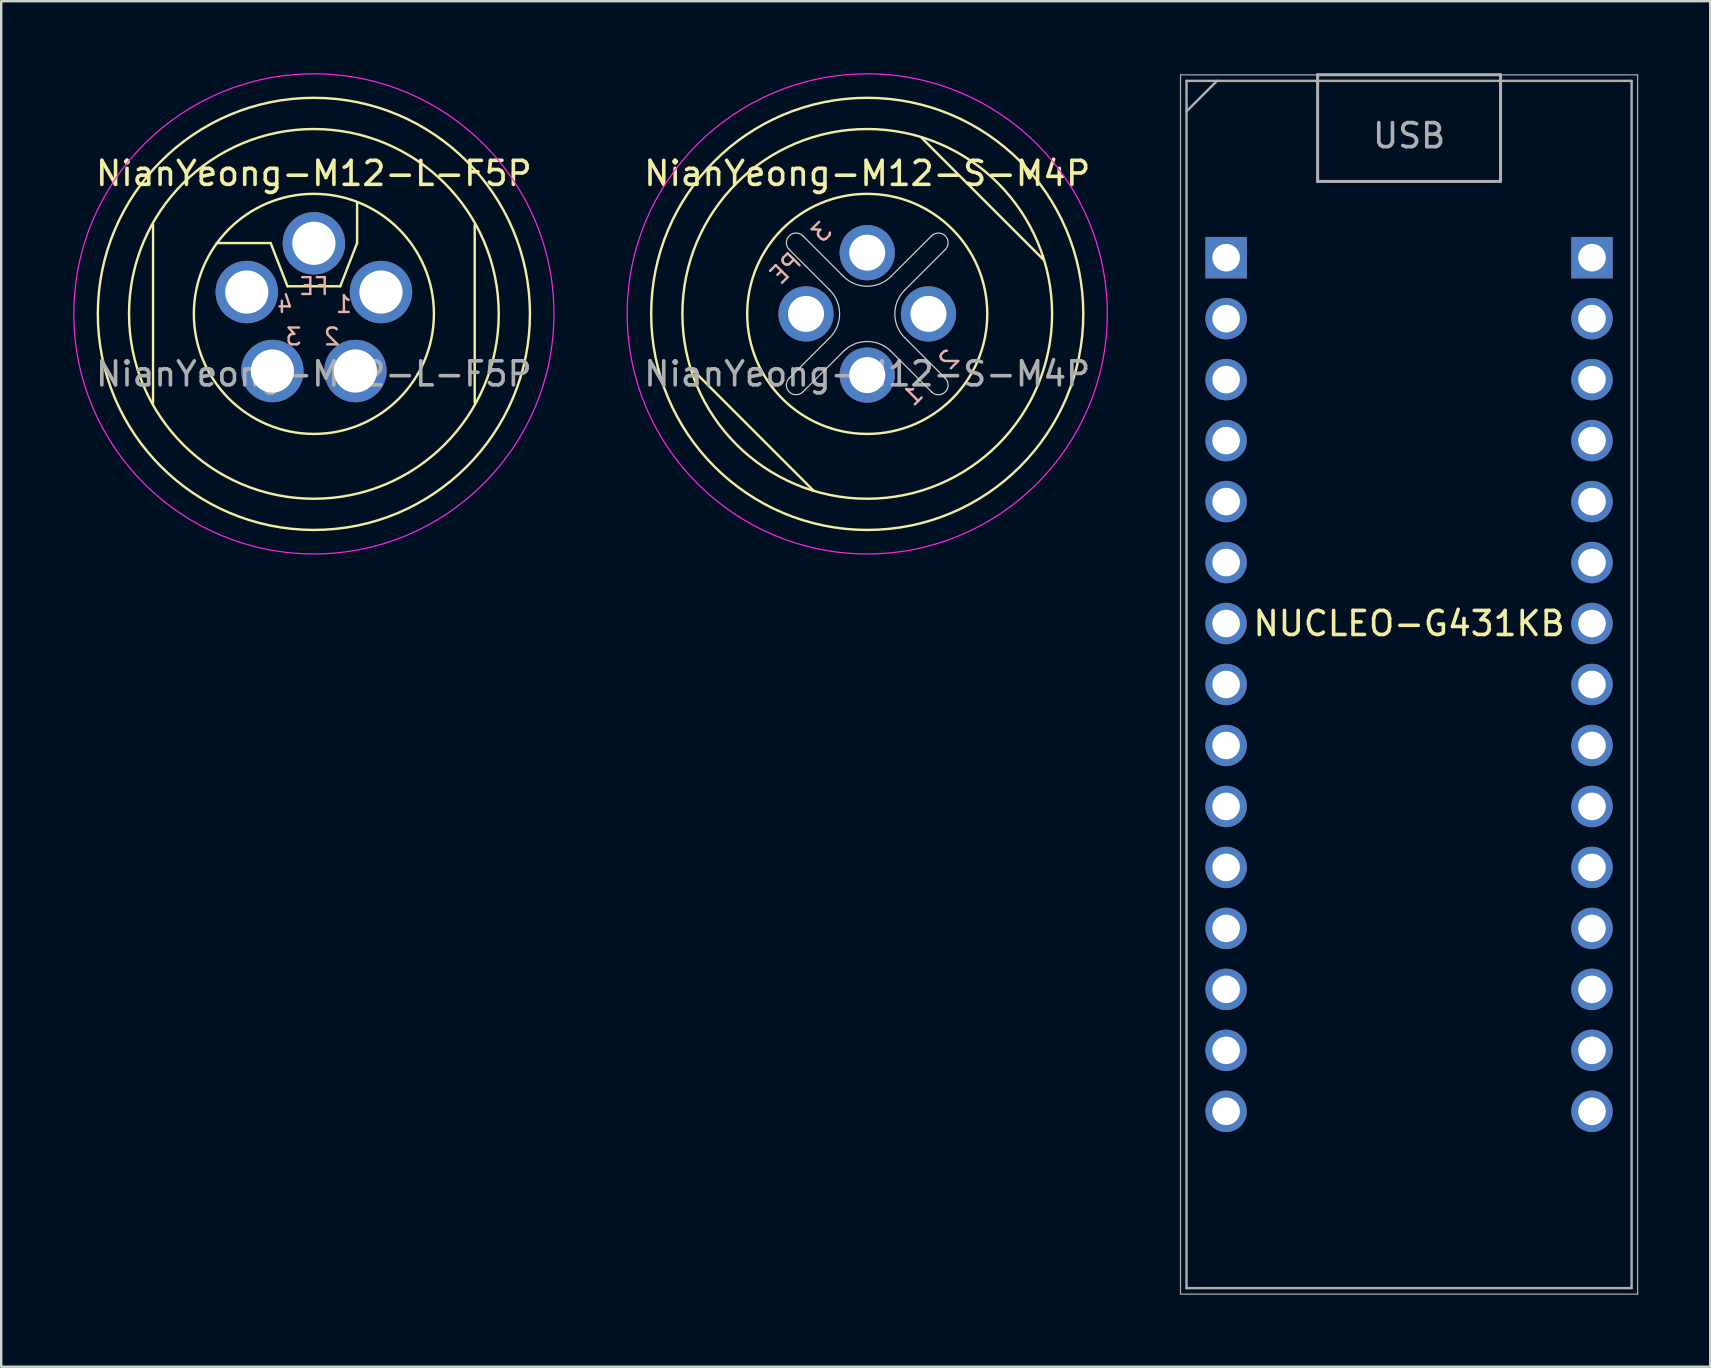
<source format=kicad_pcb>
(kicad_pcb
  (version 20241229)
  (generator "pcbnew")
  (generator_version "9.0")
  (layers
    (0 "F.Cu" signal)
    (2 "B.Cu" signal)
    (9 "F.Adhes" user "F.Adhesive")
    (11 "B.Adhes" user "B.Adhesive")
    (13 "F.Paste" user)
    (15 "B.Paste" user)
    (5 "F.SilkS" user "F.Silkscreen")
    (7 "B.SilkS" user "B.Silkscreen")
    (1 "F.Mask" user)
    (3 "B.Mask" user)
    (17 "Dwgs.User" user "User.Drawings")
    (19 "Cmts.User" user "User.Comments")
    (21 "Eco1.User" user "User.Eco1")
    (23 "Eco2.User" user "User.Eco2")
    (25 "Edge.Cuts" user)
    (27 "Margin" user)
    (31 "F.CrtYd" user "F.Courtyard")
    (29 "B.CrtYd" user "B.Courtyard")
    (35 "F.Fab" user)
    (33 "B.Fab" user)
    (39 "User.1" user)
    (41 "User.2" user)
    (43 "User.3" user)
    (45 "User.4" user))
  (footprint "NianYeong-M12-L-F5P"
    (layer "F.Cu")
    (at 10.025 10.025)
    (property "Reference" "NianYeong-M12-L-F5P" (at 0 -5.85 0) (unlocked yes) (layer "F.SilkS") (effects (font (size 1 1) (thickness 0.15))))
    (attr through_hole)
    (fp_line (start -6.7 -3.7) (end -6.7 3.7) (stroke (width 0.1) (type default)) (layer "F.SilkS"))
    (fp_line (start -4.05 -2.95) (end -1.8 -2.95) (stroke (width 0.1) (type default)) (layer "F.SilkS"))
    (fp_line (start -1.8 -2.95) (end -1.1 -1.15) (stroke (width 0.1) (type default)) (layer "F.SilkS"))
    (fp_line (start -1.1 -1.15) (end 1.1 -1.15) (stroke (width 0.1) (type default)) (layer "F.SilkS"))
    (fp_line (start 1.8 -2.95) (end 1.1 -1.15) (stroke (width 0.1) (type default)) (layer "F.SilkS"))
    (fp_line (start 1.8 -2.95) (end 1.8 -4.65) (stroke (width 0.1) (type default)) (layer "F.SilkS"))
    (fp_line (start 6.7 -3.7) (end 6.7 3.7) (stroke (width 0.1) (type default)) (layer "F.SilkS"))
    (fp_circle (center 0 0) (end 0 -7.7) (stroke (width 0.1) (type default)) (fill no) (layer "F.SilkS"))
    (fp_circle (center 0 0) (end 5 0) (stroke (width 0.1) (type default)) (fill no) (layer "F.SilkS"))
    (fp_circle (center 0 0) (end 9 0) (stroke (width 0.1) (type default)) (fill no) (layer "F.SilkS"))
    (fp_circle (center 0 0) (end 10 0) (stroke (width 0.05) (type default)) (fill no) (layer "F.CrtYd"))
    (fp_text user "4" (at -1.2 -0.4 0) (unlocked yes) (layer "B.SilkS") (effects (font (size 0.7 0.7) (thickness 0.1) (bold yes)) (justify mirror)))
    (fp_text user "3" (at -0.85 0.95 0) (unlocked yes) (layer "B.SilkS") (effects (font (size 0.7 0.7) (thickness 0.1) (bold yes)) (justify mirror)))
    (fp_text user "FE" (at 0 -1.15 0) (unlocked yes) (layer "B.SilkS") (effects (font (size 0.7 0.7) (thickness 0.1) (bold yes)) (justify mirror)))
    (fp_text user "1" (at 1.25 -0.4 0) (unlocked yes) (layer "B.SilkS") (effects (font (size 0.7 0.7) (thickness 0.1) (bold yes)) (justify mirror)))
    (fp_text user "2" (at 0.75 0.95 0) (unlocked yes) (layer "B.SilkS") (effects (font (size 0.7 0.7) (thickness 0.1) (bold yes)) (justify mirror)))
    (fp_text user "${REFERENCE}" (at 0 2.5 0) (unlocked yes) (layer "F.Fab") (effects (font (size 1 1) (thickness 0.15))))
    (pad "1" thru_hole circle (at 2.795 -0.91) (size 2.6 2.6) (drill 1.8) (layers "*.Cu" "*.Mask"))
    (pad "2" thru_hole circle (at 1.73 2.38) (size 2.6 2.6) (drill 1.8) (layers "*.Cu" "*.Mask"))
    (pad "3" thru_hole circle (at -1.73 2.38) (size 2.6 2.6) (drill 1.8) (layers "*.Cu" "*.Mask"))
    (pad "4" thru_hole circle (at -2.795 -0.91) (size 2.6 2.6) (drill 1.8) (layers "*.Cu" "*.Mask"))
    (pad "5" thru_hole circle (at 0 -2.94) (size 2.6 2.6) (drill 1.8) (layers "*.Cu" "*.Mask")))
  (footprint "NUCLEO-G431KB"
    (layer "F.Cu")
    (at 55.645 25.463)
    (property "Reference" "NUCLEO-G431KB" (at 0 -2.54 0) (layer "F.SilkS") (effects (font (size 1 1) (thickness 0.15))))
    (attr through_hole)
    (fp_line (start -9.52 -25.395) (end 9.52 -25.395) (stroke (width 0.05) (type solid)) (layer "F.Fab"))
    (fp_line (start -9.52 25.395) (end -9.52 -25.395) (stroke (width 0.05) (type solid)) (layer "F.Fab"))
    (fp_line (start -9.27 -25.145) (end 9.27 -25.145) (stroke (width 0.1) (type solid)) (layer "F.Fab"))
    (fp_line (start -9.27 -23.875) (end -8 -25.145) (stroke (width 0.1) (type solid)) (layer "F.Fab"))
    (fp_line (start -9.27 25.145) (end -9.27 -25.145) (stroke (width 0.1) (type solid)) (layer "F.Fab"))
    (fp_line (start -3.81 -25.4) (end -3.81 -20.955) (stroke (width 0.127) (type solid)) (layer "F.Fab"))
    (fp_line (start -3.81 -20.955) (end 3.81 -20.955) (stroke (width 0.127) (type solid)) (layer "F.Fab"))
    (fp_line (start 3.81 -25.4) (end -3.81 -25.4) (stroke (width 0.127) (type solid)) (layer "F.Fab"))
    (fp_line (start 3.81 -20.955) (end 3.81 -25.4) (stroke (width 0.127) (type solid)) (layer "F.Fab"))
    (fp_line (start 9.27 -25.145) (end 9.27 25.145) (stroke (width 0.1) (type solid)) (layer "F.Fab"))
    (fp_line (start 9.27 25.145) (end -9.27 25.145) (stroke (width 0.1) (type solid)) (layer "F.Fab"))
    (fp_line (start 9.52 -25.395) (end 9.52 25.395) (stroke (width 0.05) (type solid)) (layer "F.Fab"))
    (fp_line (start 9.52 25.395) (end -9.52 25.395) (stroke (width 0.05) (type solid)) (layer "F.Fab"))
    (fp_text user "USB" (at 0 -22.86 0) (layer "F.Fab") (effects (font (size 1 1) (thickness 0.15))))
    (pad "1" thru_hole rect (at -7.62 -17.78) (size 1.725 1.725) (drill 1.15) (layers "*.Cu" "*.Mask"))
    (pad "2" thru_hole circle (at -7.62 -15.24) (size 1.725 1.725) (drill 1.15) (layers "*.Cu" "*.Mask"))
    (pad "3" thru_hole circle (at -7.62 -12.7) (size 1.725 1.725) (drill 1.15) (layers "*.Cu" "*.Mask"))
    (pad "4" thru_hole circle (at -7.62 -10.16) (size 1.725 1.725) (drill 1.15) (layers "*.Cu" "*.Mask"))
    (pad "5" thru_hole circle (at -7.62 -7.62) (size 1.725 1.725) (drill 1.15) (layers "*.Cu" "*.Mask"))
    (pad "6" thru_hole circle (at -7.62 -5.08) (size 1.725 1.725) (drill 1.15) (layers "*.Cu" "*.Mask"))
    (pad "7" thru_hole circle (at -7.62 -2.54) (size 1.725 1.725) (drill 1.15) (layers "*.Cu" "*.Mask"))
    (pad "8" thru_hole circle (at -7.62 0) (size 1.725 1.725) (drill 1.15) (layers "*.Cu" "*.Mask"))
    (pad "9" thru_hole circle (at -7.62 2.54) (size 1.725 1.725) (drill 1.15) (layers "*.Cu" "*.Mask"))
    (pad "10" thru_hole circle (at -7.62 5.08) (size 1.725 1.725) (drill 1.15) (layers "*.Cu" "*.Mask"))
    (pad "11" thru_hole circle (at -7.62 7.62) (size 1.725 1.725) (drill 1.15) (layers "*.Cu" "*.Mask"))
    (pad "12" thru_hole circle (at -7.62 10.16) (size 1.725 1.725) (drill 1.15) (layers "*.Cu" "*.Mask"))
    (pad "13" thru_hole circle (at -7.62 12.7) (size 1.725 1.725) (drill 1.15) (layers "*.Cu" "*.Mask"))
    (pad "14" thru_hole circle (at -7.62 15.24) (size 1.725 1.725) (drill 1.15) (layers "*.Cu" "*.Mask"))
    (pad "15" thru_hole circle (at -7.62 17.78) (size 1.725 1.725) (drill 1.15) (layers "*.Cu" "*.Mask"))
    (pad "16" thru_hole circle (at 7.62 17.78) (size 1.725 1.725) (drill 1.15) (layers "*.Cu" "*.Mask"))
    (pad "17" thru_hole circle (at 7.62 15.24) (size 1.725 1.725) (drill 1.15) (layers "*.Cu" "*.Mask"))
    (pad "18" thru_hole circle (at 7.62 12.7) (size 1.725 1.725) (drill 1.15) (layers "*.Cu" "*.Mask"))
    (pad "19" thru_hole circle (at 7.62 10.16) (size 1.725 1.725) (drill 1.15) (layers "*.Cu" "*.Mask"))
    (pad "20" thru_hole circle (at 7.62 7.62) (size 1.725 1.725) (drill 1.15) (layers "*.Cu" "*.Mask"))
    (pad "21" thru_hole circle (at 7.62 5.08) (size 1.725 1.725) (drill 1.15) (layers "*.Cu" "*.Mask"))
    (pad "22" thru_hole circle (at 7.62 2.54) (size 1.725 1.725) (drill 1.15) (layers "*.Cu" "*.Mask"))
    (pad "23" thru_hole circle (at 7.62 0) (size 1.725 1.725) (drill 1.15) (layers "*.Cu" "*.Mask"))
    (pad "24" thru_hole circle (at 7.62 -2.54) (size 1.725 1.725) (drill 1.15) (layers "*.Cu" "*.Mask"))
    (pad "25" thru_hole circle (at 7.62 -5.08) (size 1.725 1.725) (drill 1.15) (layers "*.Cu" "*.Mask"))
    (pad "26" thru_hole circle (at 7.62 -7.62) (size 1.725 1.725) (drill 1.15) (layers "*.Cu" "*.Mask"))
    (pad "27" thru_hole circle (at 7.62 -10.16) (size 1.725 1.725) (drill 1.15) (layers "*.Cu" "*.Mask"))
    (pad "28" thru_hole circle (at 7.62 -12.7) (size 1.725 1.725) (drill 1.15) (layers "*.Cu" "*.Mask"))
    (pad "29" thru_hole circle (at 7.62 -15.24) (size 1.725 1.725) (drill 1.15) (layers "*.Cu" "*.Mask"))
    (pad "30" thru_hole rect (at 7.62 -17.78) (size 1.725 1.725) (drill 1.15) (layers "*.Cu" "*.Mask")))
  (footprint "NianYeong-M12-S-M4P"
    (layer "F.Cu")
    (at 33.075 10.025)
    (property "Reference" "NianYeong-M12-S-M4P" (at 0 -5.85 0) (unlocked yes) (layer "F.SilkS") (effects (font (size 1 1) (thickness 0.15))))
    (attr through_hole)
    (fp_line (start -2.25 7.35) (end -7.35 2.25) (stroke (width 0.1) (type default)) (layer "F.SilkS"))
    (fp_line (start 7.35 -2.25) (end 2.25 -7.35) (stroke (width 0.1) (type default)) (layer "F.SilkS"))
    (fp_circle (center 0 0) (end 0 -7.7) (stroke (width 0.1) (type default)) (fill no) (layer "F.SilkS"))
    (fp_circle (center 0 0) (end 5 0) (stroke (width 0.1) (type default)) (fill no) (layer "F.SilkS"))
    (fp_circle (center 0 0) (end 9 0) (stroke (width 0.1) (type default)) (fill no) (layer "F.SilkS"))
    (fp_line (start -1.56 -0.99) (end -3.25 -2.68) (stroke (width 0.05) (type default)) (layer "Edge.Cuts"))
    (fp_line (start -1.56 0.99) (end -3.25 2.68) (stroke (width 0.05) (type default)) (layer "Edge.Cuts"))
    (fp_line (start -0.99 -1.56) (end -2.68 -3.25) (stroke (width 0.05) (type default)) (layer "Edge.Cuts"))
    (fp_line (start -0.99 1.56) (end -2.68 3.25) (stroke (width 0.05) (type default)) (layer "Edge.Cuts"))
    (fp_line (start 0.99 -1.56) (end 2.68 -3.25) (stroke (width 0.05) (type default)) (layer "Edge.Cuts"))
    (fp_line (start 0.99 1.56) (end 2.68 3.25) (stroke (width 0.05) (type default)) (layer "Edge.Cuts"))
    (fp_line (start 1.56 -0.99) (end 3.25 -2.68) (stroke (width 0.05) (type default)) (layer "Edge.Cuts"))
    (fp_line (start 1.56 0.99) (end 3.25 2.68) (stroke (width 0.05) (type default)) (layer "Edge.Cuts"))
    (fp_arc (start -3.249999 -2.679899) (mid -3.249999 -3.249999) (end -2.679899 -3.249999) (stroke (width 0.05) (type default)) (layer "Edge.Cuts"))
    (fp_arc (start -2.679899 3.249999) (mid -3.249999 3.249999) (end -3.249999 2.679899) (stroke (width 0.05) (type default)) (layer "Edge.Cuts"))
    (fp_arc (start -1.560051 -0.989949) (mid -1.150001 0) (end -1.560051 0.989949) (stroke (width 0.05) (type default)) (layer "Edge.Cuts"))
    (fp_arc (start -0.989949 1.560051) (mid 0 1.150001) (end 0.989949 1.560051) (stroke (width 0.05) (type default)) (layer "Edge.Cuts"))
    (fp_arc (start 0.989949 -1.560051) (mid 0 -1.150001) (end -0.989949 -1.560051) (stroke (width 0.05) (type default)) (layer "Edge.Cuts"))
    (fp_arc (start 1.560051 0.989949) (mid 1.150001 0) (end 1.560051 -0.989949) (stroke (width 0.05) (type default)) (layer "Edge.Cuts"))
    (fp_arc (start 2.679899 -3.249999) (mid 3.249999 -3.249999) (end 3.249999 -2.679899) (stroke (width 0.05) (type default)) (layer "Edge.Cuts"))
    (fp_arc (start 3.249999 2.679899) (mid 3.249999 3.249999) (end 2.679899 3.249999) (stroke (width 0.05) (type default)) (layer "Edge.Cuts"))
    (fp_circle (center 0 0) (end 10 0) (stroke (width 0.05) (type default)) (fill no) (layer "F.CrtYd"))
    (fp_text user "PE" (at -3.4 -1.9 45) (unlocked yes) (layer "B.SilkS") (effects (font (size 0.7 0.7) (thickness 0.1) (bold yes)) (justify mirror)))
    (fp_text user "1" (at 1.9 3.4 45) (unlocked yes) (layer "B.SilkS") (effects (font (size 0.7 0.7) (thickness 0.1) (bold yes)) (justify mirror)))
    (fp_text user "2" (at 3.4 1.9 45) (unlocked yes) (layer "B.SilkS") (effects (font (size 0.7 0.7) (thickness 0.1) (bold yes)) (justify mirror)))
    (fp_text user "3" (at -1.9 -3.4 45) (unlocked yes) (layer "B.SilkS") (effects (font (size 0.7 0.7) (thickness 0.1) (bold yes)) (justify mirror)))
    (fp_text user "${REFERENCE}" (at 0 2.5 0) (unlocked yes) (layer "F.Fab") (effects (font (size 1 1) (thickness 0.15))))
    (pad "1" thru_hole circle (at 0 2.55) (size 2.3 2.3) (drill 1.5) (layers "*.Cu" "*.Mask"))
    (pad "2" thru_hole circle (at 2.55 0) (size 2.3 2.3) (drill 1.5) (layers "*.Cu" "*.Mask"))
    (pad "3" thru_hole circle (at 0 -2.55) (size 2.3 2.3) (drill 1.5) (layers "*.Cu" "*.Mask"))
    (pad "4" thru_hole circle (at -2.55 0) (size 2.3 2.3) (drill 1.5) (layers "*.Cu" "*.Mask")))
  (gr_rect
    (start -3 -3)
    (end 68.19 53.883)
    (stroke (width 0.1) (type default))
    (fill no)
    (layer "Edge.Cuts")))
</source>
